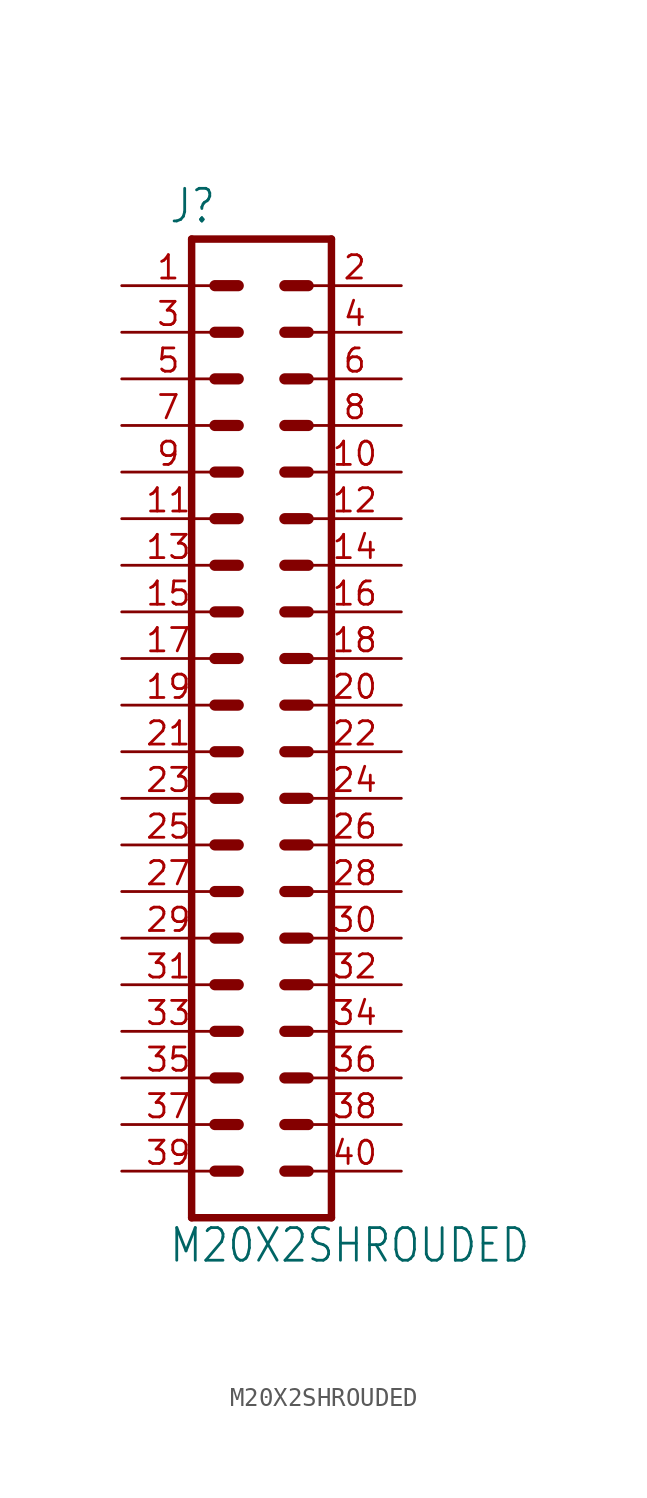
<source format=kicad_sym>
(kicad_symbol_lib
  (version 20211014)
  (generator kicad_symbol_editor)
  (symbol "M20X2SHROUDED"
    (property "Reference" "J"
      (at -5.08 26.162 0)
      (effects (font (size 1.778 1.511)) (justify left bottom)))
    (property "Value" "M20X2SHROUDED"
      (at -5.08 -30.48 0)
      (effects (font (size 1.778 1.511)) (justify left bottom)))
    (property "ki_locked" ""
      (at 0 0 0)
      (effects (font (size 1.27 1.27))))
    (symbol "M20X2SHROUDED_1_0"
      (polyline (pts (xy -3.81 25.4) (xy -3.81 -27.94)) (stroke (width 0.406) (type default) (color 0 0 0 0)) (fill (type none)))
      (polyline (pts (xy -3.81 25.4) (xy 3.81 25.4)) (stroke (width 0.406) (type default) (color 0 0 0 0)) (fill (type none)))
      (polyline (pts (xy -1.27 -25.4) (xy -2.54 -25.4)) (stroke (width 0.61) (type default) (color 0 0 0 0)) (fill (type none)))
      (polyline (pts (xy -1.27 -22.86) (xy -2.54 -22.86)) (stroke (width 0.61) (type default) (color 0 0 0 0)) (fill (type none)))
      (polyline (pts (xy -1.27 -20.32) (xy -2.54 -20.32)) (stroke (width 0.61) (type default) (color 0 0 0 0)) (fill (type none)))
      (polyline (pts (xy -1.27 -17.78) (xy -2.54 -17.78)) (stroke (width 0.61) (type default) (color 0 0 0 0)) (fill (type none)))
      (polyline (pts (xy -1.27 -15.24) (xy -2.54 -15.24)) (stroke (width 0.61) (type default) (color 0 0 0 0)) (fill (type none)))
      (polyline (pts (xy -1.27 -12.7) (xy -2.54 -12.7)) (stroke (width 0.61) (type default) (color 0 0 0 0)) (fill (type none)))
      (polyline (pts (xy -1.27 -10.16) (xy -2.54 -10.16)) (stroke (width 0.61) (type default) (color 0 0 0 0)) (fill (type none)))
      (polyline (pts (xy -1.27 -7.62) (xy -2.54 -7.62)) (stroke (width 0.61) (type default) (color 0 0 0 0)) (fill (type none)))
      (polyline (pts (xy -1.27 -5.08) (xy -2.54 -5.08)) (stroke (width 0.61) (type default) (color 0 0 0 0)) (fill (type none)))
      (polyline (pts (xy -1.27 -2.54) (xy -2.54 -2.54)) (stroke (width 0.61) (type default) (color 0 0 0 0)) (fill (type none)))
      (polyline (pts (xy -1.27 0) (xy -2.54 0)) (stroke (width 0.61) (type default) (color 0 0 0 0)) (fill (type none)))
      (polyline (pts (xy -1.27 2.54) (xy -2.54 2.54)) (stroke (width 0.61) (type default) (color 0 0 0 0)) (fill (type none)))
      (polyline (pts (xy -1.27 5.08) (xy -2.54 5.08)) (stroke (width 0.61) (type default) (color 0 0 0 0)) (fill (type none)))
      (polyline (pts (xy -1.27 7.62) (xy -2.54 7.62)) (stroke (width 0.61) (type default) (color 0 0 0 0)) (fill (type none)))
      (polyline (pts (xy -1.27 10.16) (xy -2.54 10.16)) (stroke (width 0.61) (type default) (color 0 0 0 0)) (fill (type none)))
      (polyline (pts (xy -1.27 12.7) (xy -2.54 12.7)) (stroke (width 0.61) (type default) (color 0 0 0 0)) (fill (type none)))
      (polyline (pts (xy -1.27 15.24) (xy -2.54 15.24)) (stroke (width 0.61) (type default) (color 0 0 0 0)) (fill (type none)))
      (polyline (pts (xy -1.27 17.78) (xy -2.54 17.78)) (stroke (width 0.61) (type default) (color 0 0 0 0)) (fill (type none)))
      (polyline (pts (xy -1.27 20.32) (xy -2.54 20.32)) (stroke (width 0.61) (type default) (color 0 0 0 0)) (fill (type none)))
      (polyline (pts (xy -1.27 22.86) (xy -2.54 22.86)) (stroke (width 0.61) (type default) (color 0 0 0 0)) (fill (type none)))
      (polyline (pts (xy 1.27 -25.4) (xy 2.54 -25.4)) (stroke (width 0.61) (type default) (color 0 0 0 0)) (fill (type none)))
      (polyline (pts (xy 1.27 -22.86) (xy 2.54 -22.86)) (stroke (width 0.61) (type default) (color 0 0 0 0)) (fill (type none)))
      (polyline (pts (xy 1.27 -20.32) (xy 2.54 -20.32)) (stroke (width 0.61) (type default) (color 0 0 0 0)) (fill (type none)))
      (polyline (pts (xy 1.27 -17.78) (xy 2.54 -17.78)) (stroke (width 0.61) (type default) (color 0 0 0 0)) (fill (type none)))
      (polyline (pts (xy 1.27 -15.24) (xy 2.54 -15.24)) (stroke (width 0.61) (type default) (color 0 0 0 0)) (fill (type none)))
      (polyline (pts (xy 1.27 -12.7) (xy 2.54 -12.7)) (stroke (width 0.61) (type default) (color 0 0 0 0)) (fill (type none)))
      (polyline (pts (xy 1.27 -10.16) (xy 2.54 -10.16)) (stroke (width 0.61) (type default) (color 0 0 0 0)) (fill (type none)))
      (polyline (pts (xy 1.27 -7.62) (xy 2.54 -7.62)) (stroke (width 0.61) (type default) (color 0 0 0 0)) (fill (type none)))
      (polyline (pts (xy 1.27 -5.08) (xy 2.54 -5.08)) (stroke (width 0.61) (type default) (color 0 0 0 0)) (fill (type none)))
      (polyline (pts (xy 1.27 -2.54) (xy 2.54 -2.54)) (stroke (width 0.61) (type default) (color 0 0 0 0)) (fill (type none)))
      (polyline (pts (xy 1.27 0) (xy 2.54 0)) (stroke (width 0.61) (type default) (color 0 0 0 0)) (fill (type none)))
      (polyline (pts (xy 1.27 2.54) (xy 2.54 2.54)) (stroke (width 0.61) (type default) (color 0 0 0 0)) (fill (type none)))
      (polyline (pts (xy 1.27 5.08) (xy 2.54 5.08)) (stroke (width 0.61) (type default) (color 0 0 0 0)) (fill (type none)))
      (polyline (pts (xy 1.27 7.62) (xy 2.54 7.62)) (stroke (width 0.61) (type default) (color 0 0 0 0)) (fill (type none)))
      (polyline (pts (xy 1.27 10.16) (xy 2.54 10.16)) (stroke (width 0.61) (type default) (color 0 0 0 0)) (fill (type none)))
      (polyline (pts (xy 1.27 12.7) (xy 2.54 12.7)) (stroke (width 0.61) (type default) (color 0 0 0 0)) (fill (type none)))
      (polyline (pts (xy 1.27 15.24) (xy 2.54 15.24)) (stroke (width 0.61) (type default) (color 0 0 0 0)) (fill (type none)))
      (polyline (pts (xy 1.27 17.78) (xy 2.54 17.78)) (stroke (width 0.61) (type default) (color 0 0 0 0)) (fill (type none)))
      (polyline (pts (xy 1.27 20.32) (xy 2.54 20.32)) (stroke (width 0.61) (type default) (color 0 0 0 0)) (fill (type none)))
      (polyline (pts (xy 1.27 22.86) (xy 2.54 22.86)) (stroke (width 0.61) (type default) (color 0 0 0 0)) (fill (type none)))
      (polyline (pts (xy 3.81 -27.94) (xy -3.81 -27.94)) (stroke (width 0.406) (type default) (color 0 0 0 0)) (fill (type none)))
      (polyline (pts (xy 3.81 -27.94) (xy 3.81 25.4)) (stroke (width 0.406) (type default) (color 0 0 0 0)) (fill (type none)))
      (pin passive line (at -7.62 22.86 0) (length 5.08) (name "1" (effects (font (size 0 0)))) (number "1" (effects (font (size 1.27 1.27)))))
      (pin passive line (at 7.62 12.7 180) (length 5.08) (name "10" (effects (font (size 0 0)))) (number "10" (effects (font (size 1.27 1.27)))))
      (pin passive line (at -7.62 10.16 0) (length 5.08) (name "11" (effects (font (size 0 0)))) (number "11" (effects (font (size 1.27 1.27)))))
      (pin passive line (at 7.62 10.16 180) (length 5.08) (name "12" (effects (font (size 0 0)))) (number "12" (effects (font (size 1.27 1.27)))))
      (pin passive line (at -7.62 7.62 0) (length 5.08) (name "13" (effects (font (size 0 0)))) (number "13" (effects (font (size 1.27 1.27)))))
      (pin passive line (at 7.62 7.62 180) (length 5.08) (name "14" (effects (font (size 0 0)))) (number "14" (effects (font (size 1.27 1.27)))))
      (pin passive line (at -7.62 5.08 0) (length 5.08) (name "15" (effects (font (size 0 0)))) (number "15" (effects (font (size 1.27 1.27)))))
      (pin passive line (at 7.62 5.08 180) (length 5.08) (name "16" (effects (font (size 0 0)))) (number "16" (effects (font (size 1.27 1.27)))))
      (pin passive line (at -7.62 2.54 0) (length 5.08) (name "17" (effects (font (size 0 0)))) (number "17" (effects (font (size 1.27 1.27)))))
      (pin passive line (at 7.62 2.54 180) (length 5.08) (name "18" (effects (font (size 0 0)))) (number "18" (effects (font (size 1.27 1.27)))))
      (pin passive line (at -7.62 0 0) (length 5.08) (name "19" (effects (font (size 0 0)))) (number "19" (effects (font (size 1.27 1.27)))))
      (pin passive line (at 7.62 22.86 180) (length 5.08) (name "2" (effects (font (size 0 0)))) (number "2" (effects (font (size 1.27 1.27)))))
      (pin passive line (at 7.62 0 180) (length 5.08) (name "20" (effects (font (size 0 0)))) (number "20" (effects (font (size 1.27 1.27)))))
      (pin passive line (at -7.62 -2.54 0) (length 5.08) (name "21" (effects (font (size 0 0)))) (number "21" (effects (font (size 1.27 1.27)))))
      (pin passive line (at 7.62 -2.54 180) (length 5.08) (name "22" (effects (font (size 0 0)))) (number "22" (effects (font (size 1.27 1.27)))))
      (pin passive line (at -7.62 -5.08 0) (length 5.08) (name "23" (effects (font (size 0 0)))) (number "23" (effects (font (size 1.27 1.27)))))
      (pin passive line (at 7.62 -5.08 180) (length 5.08) (name "24" (effects (font (size 0 0)))) (number "24" (effects (font (size 1.27 1.27)))))
      (pin passive line (at -7.62 -7.62 0) (length 5.08) (name "25" (effects (font (size 0 0)))) (number "25" (effects (font (size 1.27 1.27)))))
      (pin passive line (at 7.62 -7.62 180) (length 5.08) (name "26" (effects (font (size 0 0)))) (number "26" (effects (font (size 1.27 1.27)))))
      (pin passive line (at -7.62 -10.16 0) (length 5.08) (name "27" (effects (font (size 0 0)))) (number "27" (effects (font (size 1.27 1.27)))))
      (pin passive line (at 7.62 -10.16 180) (length 5.08) (name "28" (effects (font (size 0 0)))) (number "28" (effects (font (size 1.27 1.27)))))
      (pin passive line (at -7.62 -12.7 0) (length 5.08) (name "29" (effects (font (size 0 0)))) (number "29" (effects (font (size 1.27 1.27)))))
      (pin passive line (at -7.62 20.32 0) (length 5.08) (name "3" (effects (font (size 0 0)))) (number "3" (effects (font (size 1.27 1.27)))))
      (pin passive line (at 7.62 -12.7 180) (length 5.08) (name "30" (effects (font (size 0 0)))) (number "30" (effects (font (size 1.27 1.27)))))
      (pin passive line (at -7.62 -15.24 0) (length 5.08) (name "31" (effects (font (size 0 0)))) (number "31" (effects (font (size 1.27 1.27)))))
      (pin passive line (at 7.62 -15.24 180) (length 5.08) (name "32" (effects (font (size 0 0)))) (number "32" (effects (font (size 1.27 1.27)))))
      (pin passive line (at -7.62 -17.78 0) (length 5.08) (name "33" (effects (font (size 0 0)))) (number "33" (effects (font (size 1.27 1.27)))))
      (pin passive line (at 7.62 -17.78 180) (length 5.08) (name "34" (effects (font (size 0 0)))) (number "34" (effects (font (size 1.27 1.27)))))
      (pin passive line (at -7.62 -20.32 0) (length 5.08) (name "35" (effects (font (size 0 0)))) (number "35" (effects (font (size 1.27 1.27)))))
      (pin passive line (at 7.62 -20.32 180) (length 5.08) (name "36" (effects (font (size 0 0)))) (number "36" (effects (font (size 1.27 1.27)))))
      (pin passive line (at -7.62 -22.86 0) (length 5.08) (name "37" (effects (font (size 0 0)))) (number "37" (effects (font (size 1.27 1.27)))))
      (pin passive line (at 7.62 -22.86 180) (length 5.08) (name "38" (effects (font (size 0 0)))) (number "38" (effects (font (size 1.27 1.27)))))
      (pin passive line (at -7.62 -25.4 0) (length 5.08) (name "39" (effects (font (size 0 0)))) (number "39" (effects (font (size 1.27 1.27)))))
      (pin passive line (at 7.62 20.32 180) (length 5.08) (name "4" (effects (font (size 0 0)))) (number "4" (effects (font (size 1.27 1.27)))))
      (pin passive line (at 7.62 -25.4 180) (length 5.08) (name "40" (effects (font (size 0 0)))) (number "40" (effects (font (size 1.27 1.27)))))
      (pin passive line (at -7.62 17.78 0) (length 5.08) (name "5" (effects (font (size 0 0)))) (number "5" (effects (font (size 1.27 1.27)))))
      (pin passive line (at 7.62 17.78 180) (length 5.08) (name "6" (effects (font (size 0 0)))) (number "6" (effects (font (size 1.27 1.27)))))
      (pin passive line (at -7.62 15.24 0) (length 5.08) (name "7" (effects (font (size 0 0)))) (number "7" (effects (font (size 1.27 1.27)))))
      (pin passive line (at 7.62 15.24 180) (length 5.08) (name "8" (effects (font (size 0 0)))) (number "8" (effects (font (size 1.27 1.27)))))
      (pin passive line (at -7.62 12.7 0) (length 5.08) (name "9" (effects (font (size 0 0)))) (number "9" (effects (font (size 1.27 1.27))))))))
</source>
